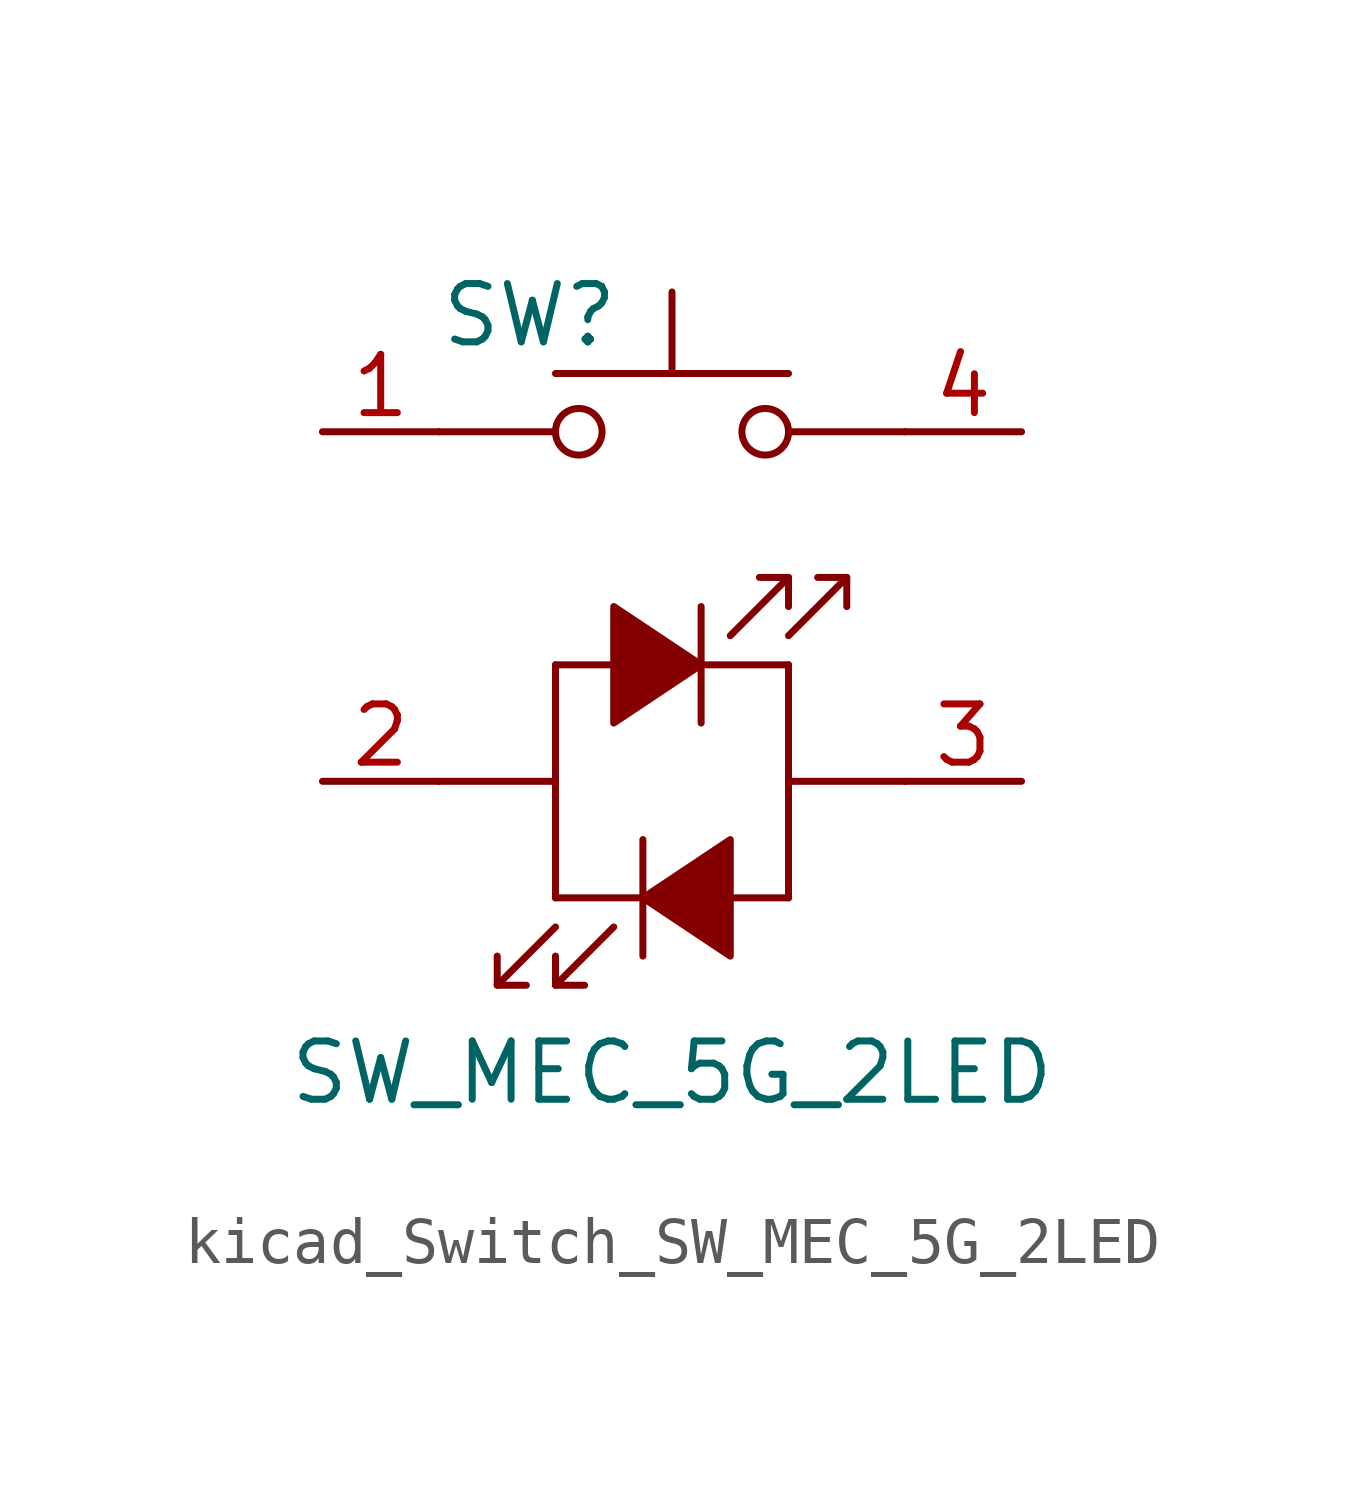
<source format=kicad_sym>
(kicad_symbol_lib
  (version 20220914)
  (generator kicad_symbol_editor)
  (symbol "kicad_Switch_SW_MEC_5G_2LED"
    (pin_names
      (offset 1.016) hide)
    (property "Reference" "SW"
      (at -5.08 7.62 0)
      (effects (font (size 1.27 1.27)) (justify left)))
    (property "Value" "SW_MEC_5G_2LED"
      (at 0 -8.89 0)
      (effects (font (size 1.27 1.27))))
    (symbol "kicad_Switch_SW_MEC_5G_2LED_0_0"
      (polyline (pts (xy -5.08 -2.54) (xy -2.54 -2.54)) (stroke (width 0) (type default)) (fill (type none)))
      (polyline (pts (xy -5.08 5.08) (xy -2.54 5.08)) (stroke (width 0) (type default)) (fill (type none)))
      (polyline (pts (xy -3.81 -6.985) (xy -2.54 -5.715)) (stroke (width 0) (type default)) (fill (type none)))
      (polyline (pts (xy -2.54 -6.985) (xy -1.27 -5.715)) (stroke (width 0) (type default)) (fill (type none)))
      (polyline (pts (xy -2.54 -5.08) (xy 2.54 -5.08)) (stroke (width 0) (type default)) (fill (type none)))
      (polyline (pts (xy -2.54 0) (xy -2.54 -5.08)) (stroke (width 0) (type default)) (fill (type none)))
      (polyline (pts (xy -0.635 -3.81) (xy -0.635 -6.35)) (stroke (width 0) (type default)) (fill (type none)))
      (polyline (pts (xy 0.635 1.27) (xy 0.635 -1.27)) (stroke (width 0) (type default)) (fill (type none)))
      (polyline (pts (xy 2.54 0) (xy -2.54 0)) (stroke (width 0) (type default)) (fill (type none)))
      (polyline (pts (xy 2.54 0) (xy 2.54 -5.08)) (stroke (width 0) (type default)) (fill (type none)))
      (polyline (pts (xy 2.54 1.905) (xy 1.27 0.635)) (stroke (width 0) (type default)) (fill (type none)))
      (polyline (pts (xy 2.54 5.08) (xy 5.08 5.08)) (stroke (width 0) (type default)) (fill (type none)))
      (polyline (pts (xy 3.81 1.905) (xy 2.54 0.635)) (stroke (width 0) (type default)) (fill (type none)))
      (polyline (pts (xy 5.08 -2.54) (xy 2.54 -2.54)) (stroke (width 0) (type default)) (fill (type none)))
      (polyline (pts (xy -3.81 -6.35) (xy -3.81 -6.985) (xy -3.175 -6.985)) (stroke (width 0) (type default)) (fill (type none)))
      (polyline (pts (xy -2.54 -6.35) (xy -2.54 -6.985) (xy -1.905 -6.985)) (stroke (width 0) (type default)) (fill (type none)))
      (polyline (pts (xy 2.54 1.27) (xy 2.54 1.905) (xy 1.905 1.905)) (stroke (width 0) (type default)) (fill (type none)))
      (polyline (pts (xy 3.81 1.27) (xy 3.81 1.905) (xy 3.175 1.905)) (stroke (width 0) (type default)) (fill (type none)))
      (polyline (pts (xy -0.635 -5.08) (xy 1.27 -3.81) (xy 1.27 -6.35) (xy -0.635 -5.08)) (stroke (width 0) (type default)) (fill (type outline)))
      (polyline (pts (xy 0.635 0) (xy -1.27 1.27) (xy -1.27 -1.27) (xy 0.635 0)) (stroke (width 0) (type default)) (fill (type outline))))
    (symbol "kicad_Switch_SW_MEC_5G_2LED_0_1"
      (circle (center -2.032 5.08) (radius 0.508) (stroke (width 0) (type default)) (fill (type none)))
      (polyline (pts (xy 0 6.35) (xy 0 8.128)) (stroke (width 0) (type default)) (fill (type none)))
      (polyline (pts (xy 2.54 6.35) (xy -2.54 6.35)) (stroke (width 0) (type default)) (fill (type none)))
      (circle (center 2.032 5.08) (radius 0.508) (stroke (width 0) (type default)) (fill (type none)))
      (pin passive line (at -7.62 5.08 0) (length 2.54) (name "1" (effects (font (size 1.27 1.27)))) (number "1" (effects (font (size 1.27 1.27)))))
      (pin passive line (at -7.62 -2.54 0) (length 2.54) (name "2" (effects (font (size 1.27 1.27)))) (number "2" (effects (font (size 1.27 1.27)))))
      (pin passive line (at 7.62 -2.54 180) (length 2.54) (name "K" (effects (font (size 1.27 1.27)))) (number "3" (effects (font (size 1.27 1.27)))))
      (pin passive line (at 7.62 5.08 180) (length 2.54) (name "A" (effects (font (size 1.27 1.27)))) (number "4" (effects (font (size 1.27 1.27))))))))
</source>
